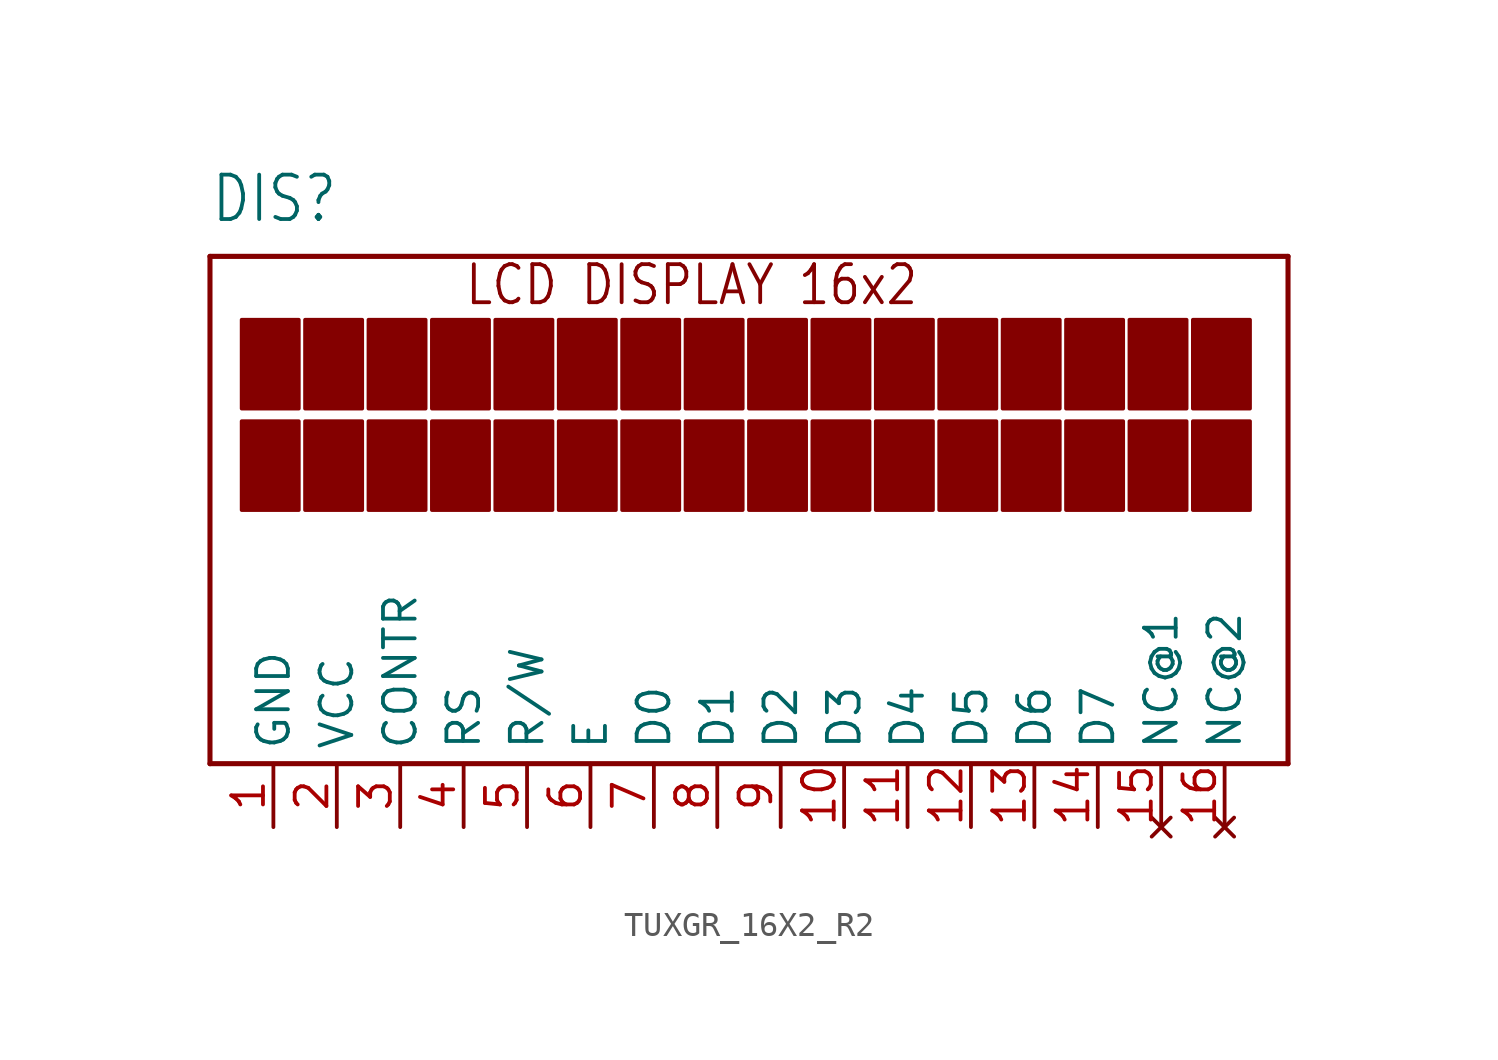
<source format=kicad_sym>
(kicad_symbol_lib
  (version 20231120)
  (generator "kicad_symbol_editor")
  (generator_version "8.0")
  (symbol "TUXGR_16X2_R2"
    (property "Reference" "DIS"
      (at -20.32 13.97 0)
      (effects (font (size 1.778 1.511)) (justify left bottom)))
    (property "Value" ""
      (at -1.27 13.97 0)
      (effects (font (size 1.778 1.511)) (justify left bottom)))
    (property "ki_locked" ""
      (at 0 0 0)
      (effects (font (size 1.27 1.27))))
    (symbol "TUXGR_16X2_R2_1_0"
      (rectangle (start -19.05 2.54) (end -16.764 6.096) (stroke (width 0) (type default)) (fill (type outline)))
      (rectangle (start -19.05 6.604) (end -16.764 10.16) (stroke (width 0) (type default)) (fill (type outline)))
      (rectangle (start -16.51 2.54) (end -14.224 6.096) (stroke (width 0) (type default)) (fill (type outline)))
      (rectangle (start -16.51 6.604) (end -14.224 10.16) (stroke (width 0) (type default)) (fill (type outline)))
      (rectangle (start -13.97 2.54) (end -11.684 6.096) (stroke (width 0) (type default)) (fill (type outline)))
      (rectangle (start -13.97 6.604) (end -11.684 10.16) (stroke (width 0) (type default)) (fill (type outline)))
      (rectangle (start -11.43 2.54) (end -9.144 6.096) (stroke (width 0) (type default)) (fill (type outline)))
      (rectangle (start -11.43 6.604) (end -9.144 10.16) (stroke (width 0) (type default)) (fill (type outline)))
      (rectangle (start -8.89 2.54) (end -6.604 6.096) (stroke (width 0) (type default)) (fill (type outline)))
      (rectangle (start -8.89 6.604) (end -6.604 10.16) (stroke (width 0) (type default)) (fill (type outline)))
      (rectangle (start -6.35 2.54) (end -4.064 6.096) (stroke (width 0) (type default)) (fill (type outline)))
      (rectangle (start -6.35 6.604) (end -4.064 10.16) (stroke (width 0) (type default)) (fill (type outline)))
      (rectangle (start -3.81 2.54) (end -1.524 6.096) (stroke (width 0) (type default)) (fill (type outline)))
      (rectangle (start -3.81 6.604) (end -1.524 10.16) (stroke (width 0) (type default)) (fill (type outline)))
      (rectangle (start -1.27 2.54) (end 1.016 6.096) (stroke (width 0) (type default)) (fill (type outline)))
      (rectangle (start -1.27 6.604) (end 1.016 10.16) (stroke (width 0) (type default)) (fill (type outline)))
      (polyline (pts (xy -20.32 -7.62) (xy 22.86 -7.62)) (stroke (width 0.203) (type solid)) (fill (type none)))
      (polyline (pts (xy -20.32 12.7) (xy -20.32 -7.62)) (stroke (width 0.203) (type solid)) (fill (type none)))
      (polyline (pts (xy 22.86 -7.62) (xy 22.86 12.7)) (stroke (width 0.203) (type solid)) (fill (type none)))
      (polyline (pts (xy 22.86 12.7) (xy -20.32 12.7)) (stroke (width 0.203) (type solid)) (fill (type none)))
      (rectangle (start 1.27 2.54) (end 3.556 6.096) (stroke (width 0) (type default)) (fill (type outline)))
      (rectangle (start 1.27 6.604) (end 3.556 10.16) (stroke (width 0) (type default)) (fill (type outline)))
      (rectangle (start 3.81 2.54) (end 6.096 6.096) (stroke (width 0) (type default)) (fill (type outline)))
      (rectangle (start 3.81 6.604) (end 6.096 10.16) (stroke (width 0) (type default)) (fill (type outline)))
      (rectangle (start 6.35 2.54) (end 8.636 6.096) (stroke (width 0) (type default)) (fill (type outline)))
      (rectangle (start 6.35 6.604) (end 8.636 10.16) (stroke (width 0) (type default)) (fill (type outline)))
      (rectangle (start 8.89 2.54) (end 11.176 6.096) (stroke (width 0) (type default)) (fill (type outline)))
      (rectangle (start 8.89 6.604) (end 11.176 10.16) (stroke (width 0) (type default)) (fill (type outline)))
      (rectangle (start 11.43 2.54) (end 13.716 6.096) (stroke (width 0) (type default)) (fill (type outline)))
      (rectangle (start 11.43 6.604) (end 13.716 10.16) (stroke (width 0) (type default)) (fill (type outline)))
      (rectangle (start 13.97 2.54) (end 16.256 6.096) (stroke (width 0) (type default)) (fill (type outline)))
      (rectangle (start 13.97 6.604) (end 16.256 10.16) (stroke (width 0) (type default)) (fill (type outline)))
      (rectangle (start 16.51 2.54) (end 18.796 6.096) (stroke (width 0) (type default)) (fill (type outline)))
      (rectangle (start 16.51 6.604) (end 18.796 10.16) (stroke (width 0) (type default)) (fill (type outline)))
      (rectangle (start 19.05 2.54) (end 21.336 6.096) (stroke (width 0) (type default)) (fill (type outline)))
      (rectangle (start 19.05 6.604) (end 21.336 10.16) (stroke (width 0) (type default)) (fill (type outline)))
      (text "LCD DISPLAY 16x2" (at -10.16 10.668 0) (effects (font (size 1.524 1.295)) (justify left bottom)))
      (pin power_in line (at -17.78 -10.16 90) (length 2.54) (name "GND" (effects (font (size 1.27 1.27)))) (number "1" (effects (font (size 1.27 1.27)))))
      (pin input line (at 5.08 -10.16 90) (length 2.54) (name "D3" (effects (font (size 1.27 1.27)))) (number "10" (effects (font (size 1.27 1.27)))))
      (pin input line (at 7.62 -10.16 90) (length 2.54) (name "D4" (effects (font (size 1.27 1.27)))) (number "11" (effects (font (size 1.27 1.27)))))
      (pin input line (at 10.16 -10.16 90) (length 2.54) (name "D5" (effects (font (size 1.27 1.27)))) (number "12" (effects (font (size 1.27 1.27)))))
      (pin input line (at 12.7 -10.16 90) (length 2.54) (name "D6" (effects (font (size 1.27 1.27)))) (number "13" (effects (font (size 1.27 1.27)))))
      (pin input line (at 15.24 -10.16 90) (length 2.54) (name "D7" (effects (font (size 1.27 1.27)))) (number "14" (effects (font (size 1.27 1.27)))))
      (pin no_connect line (at 17.78 -10.16 90) (length 2.54) (name "NC@1" (effects (font (size 1.27 1.27)))) (number "15" (effects (font (size 1.27 1.27)))))
      (pin no_connect line (at 20.32 -10.16 90) (length 2.54) (name "NC@2" (effects (font (size 1.27 1.27)))) (number "16" (effects (font (size 1.27 1.27)))))
      (pin power_in line (at -15.24 -10.16 90) (length 2.54) (name "VCC" (effects (font (size 1.27 1.27)))) (number "2" (effects (font (size 1.27 1.27)))))
      (pin input line (at -12.7 -10.16 90) (length 2.54) (name "CONTR" (effects (font (size 1.27 1.27)))) (number "3" (effects (font (size 1.27 1.27)))))
      (pin input line (at -10.16 -10.16 90) (length 2.54) (name "RS" (effects (font (size 1.27 1.27)))) (number "4" (effects (font (size 1.27 1.27)))))
      (pin input line (at -7.62 -10.16 90) (length 2.54) (name "R/W" (effects (font (size 1.27 1.27)))) (number "5" (effects (font (size 1.27 1.27)))))
      (pin input line (at -5.08 -10.16 90) (length 2.54) (name "E" (effects (font (size 1.27 1.27)))) (number "6" (effects (font (size 1.27 1.27)))))
      (pin input line (at -2.54 -10.16 90) (length 2.54) (name "D0" (effects (font (size 1.27 1.27)))) (number "7" (effects (font (size 1.27 1.27)))))
      (pin input line (at 0 -10.16 90) (length 2.54) (name "D1" (effects (font (size 1.27 1.27)))) (number "8" (effects (font (size 1.27 1.27)))))
      (pin input line (at 2.54 -10.16 90) (length 2.54) (name "D2" (effects (font (size 1.27 1.27)))) (number "9" (effects (font (size 1.27 1.27))))))))
</source>
